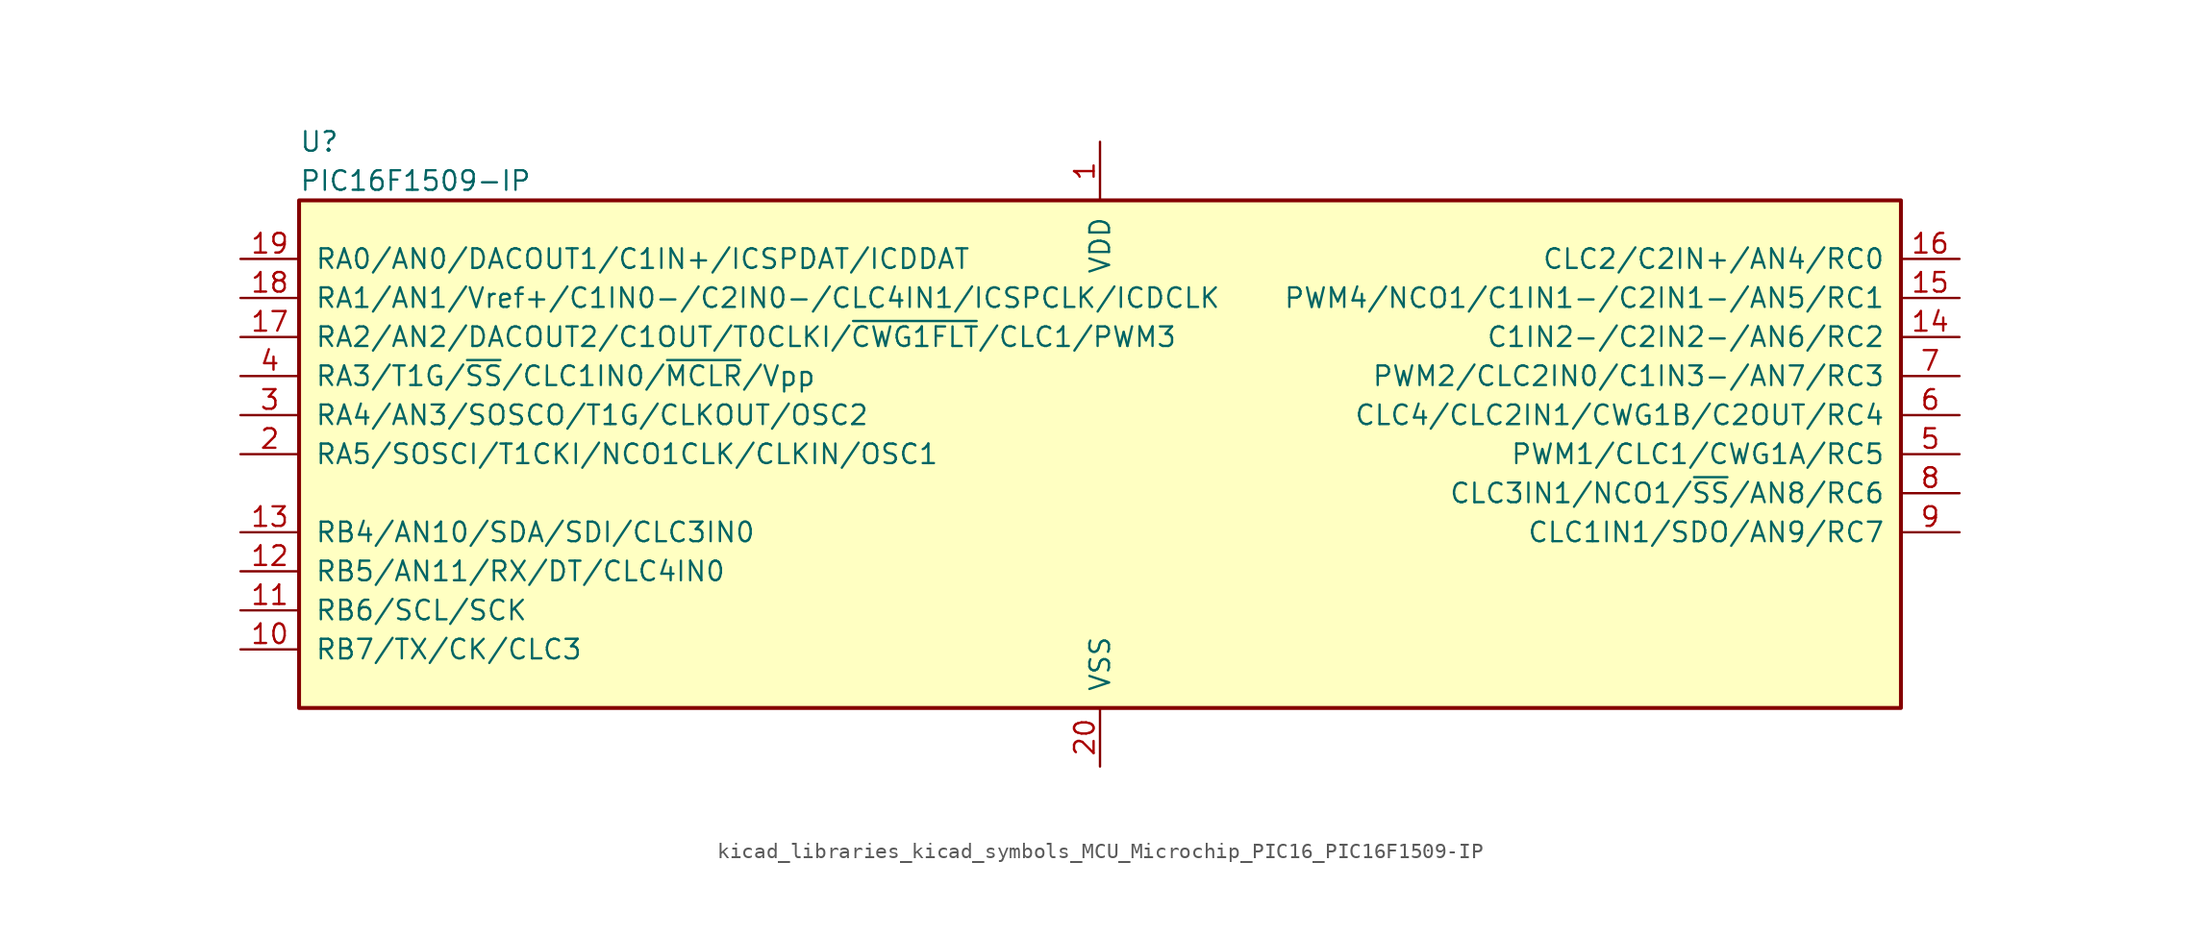
<source format=kicad_sym>
(kicad_symbol_lib
  (version 20220914)
  (generator kicad_symbol_editor)
  (symbol "kicad_libraries_kicad_symbols_MCU_Microchip_PIC16_PIC16F1509-IP"
    (pin_names
      (offset 1.016))
    (property "Reference" "U"
      (at -52.07 20.32 0)
      (effects (font (size 1.27 1.27)) (justify left)))
    (property "Value" "PIC16F1509-IP"
      (at -52.07 17.78 0)
      (effects (font (size 1.27 1.27)) (justify left)))
    (symbol "kicad_libraries_kicad_symbols_MCU_Microchip_PIC16_PIC16F1509-IP_0_1"
      (rectangle (start -52.07 16.51) (end 52.07 -16.51) (stroke (width 0.254) (type default)) (fill (type background))))
    (symbol "kicad_libraries_kicad_symbols_MCU_Microchip_PIC16_PIC16F1509-IP_1_1"
      (pin power_in line (at 0 20.32 270) (length 3.81) (name "VDD" (effects (font (size 1.27 1.27)))) (number "1" (effects (font (size 1.27 1.27)))))
      (pin bidirectional line (at -55.88 -12.7 0) (length 3.81) (name "RB7/TX/CK/CLC3" (effects (font (size 1.27 1.27)))) (number "10" (effects (font (size 1.27 1.27)))))
      (pin bidirectional line (at -55.88 -10.16 0) (length 3.81) (name "RB6/SCL/SCK" (effects (font (size 1.27 1.27)))) (number "11" (effects (font (size 1.27 1.27)))))
      (pin bidirectional line (at -55.88 -7.62 0) (length 3.81) (name "RB5/AN11/RX/DT/CLC4IN0" (effects (font (size 1.27 1.27)))) (number "12" (effects (font (size 1.27 1.27)))))
      (pin bidirectional line (at -55.88 -5.08 0) (length 3.81) (name "RB4/AN10/SDA/SDI/CLC3IN0" (effects (font (size 1.27 1.27)))) (number "13" (effects (font (size 1.27 1.27)))))
      (pin bidirectional line (at 55.88 7.62 180) (length 3.81) (name "C1IN2-/C2IN2-/AN6/RC2" (effects (font (size 1.27 1.27)))) (number "14" (effects (font (size 1.27 1.27)))))
      (pin bidirectional line (at 55.88 10.16 180) (length 3.81) (name "PWM4/NCO1/C1IN1-/C2IN1-/AN5/RC1" (effects (font (size 1.27 1.27)))) (number "15" (effects (font (size 1.27 1.27)))))
      (pin bidirectional line (at 55.88 12.7 180) (length 3.81) (name "CLC2/C2IN+/AN4/RC0" (effects (font (size 1.27 1.27)))) (number "16" (effects (font (size 1.27 1.27)))))
      (pin bidirectional line (at -55.88 7.62 0) (length 3.81) (name "RA2/AN2/DACOUT2/C1OUT/T0CLKI/~{CWG1FLT}/CLC1/PWM3" (effects (font (size 1.27 1.27)))) (number "17" (effects (font (size 1.27 1.27)))))
      (pin bidirectional line (at -55.88 10.16 0) (length 3.81) (name "RA1/AN1/Vref+/C1IN0-/C2IN0-/CLC4IN1/ICSPCLK/ICDCLK" (effects (font (size 1.27 1.27)))) (number "18" (effects (font (size 1.27 1.27)))))
      (pin bidirectional line (at -55.88 12.7 0) (length 3.81) (name "RA0/AN0/DACOUT1/C1IN+/ICSPDAT/ICDDAT" (effects (font (size 1.27 1.27)))) (number "19" (effects (font (size 1.27 1.27)))))
      (pin bidirectional line (at -55.88 0 0) (length 3.81) (name "RA5/SOSCI/T1CKI/NCO1CLK/CLKIN/OSC1" (effects (font (size 1.27 1.27)))) (number "2" (effects (font (size 1.27 1.27)))))
      (pin power_in line (at 0 -20.32 90) (length 3.81) (name "VSS" (effects (font (size 1.27 1.27)))) (number "20" (effects (font (size 1.27 1.27)))))
      (pin bidirectional line (at -55.88 2.54 0) (length 3.81) (name "RA4/AN3/SOSCO/T1G/CLKOUT/OSC2" (effects (font (size 1.27 1.27)))) (number "3" (effects (font (size 1.27 1.27)))))
      (pin input line (at -55.88 5.08 0) (length 3.81) (name "RA3/T1G/~{SS}/CLC1IN0/~{MCLR}/Vpp" (effects (font (size 1.27 1.27)))) (number "4" (effects (font (size 1.27 1.27)))))
      (pin bidirectional line (at 55.88 0 180) (length 3.81) (name "PWM1/CLC1/CWG1A/RC5" (effects (font (size 1.27 1.27)))) (number "5" (effects (font (size 1.27 1.27)))))
      (pin bidirectional line (at 55.88 2.54 180) (length 3.81) (name "CLC4/CLC2IN1/CWG1B/C2OUT/RC4" (effects (font (size 1.27 1.27)))) (number "6" (effects (font (size 1.27 1.27)))))
      (pin bidirectional line (at 55.88 5.08 180) (length 3.81) (name "PWM2/CLC2IN0/C1IN3-/AN7/RC3" (effects (font (size 1.27 1.27)))) (number "7" (effects (font (size 1.27 1.27)))))
      (pin bidirectional line (at 55.88 -2.54 180) (length 3.81) (name "CLC3IN1/NCO1/~{SS}/AN8/RC6" (effects (font (size 1.27 1.27)))) (number "8" (effects (font (size 1.27 1.27)))))
      (pin bidirectional line (at 55.88 -5.08 180) (length 3.81) (name "CLC1IN1/SDO/AN9/RC7" (effects (font (size 1.27 1.27)))) (number "9" (effects (font (size 1.27 1.27))))))))
</source>
